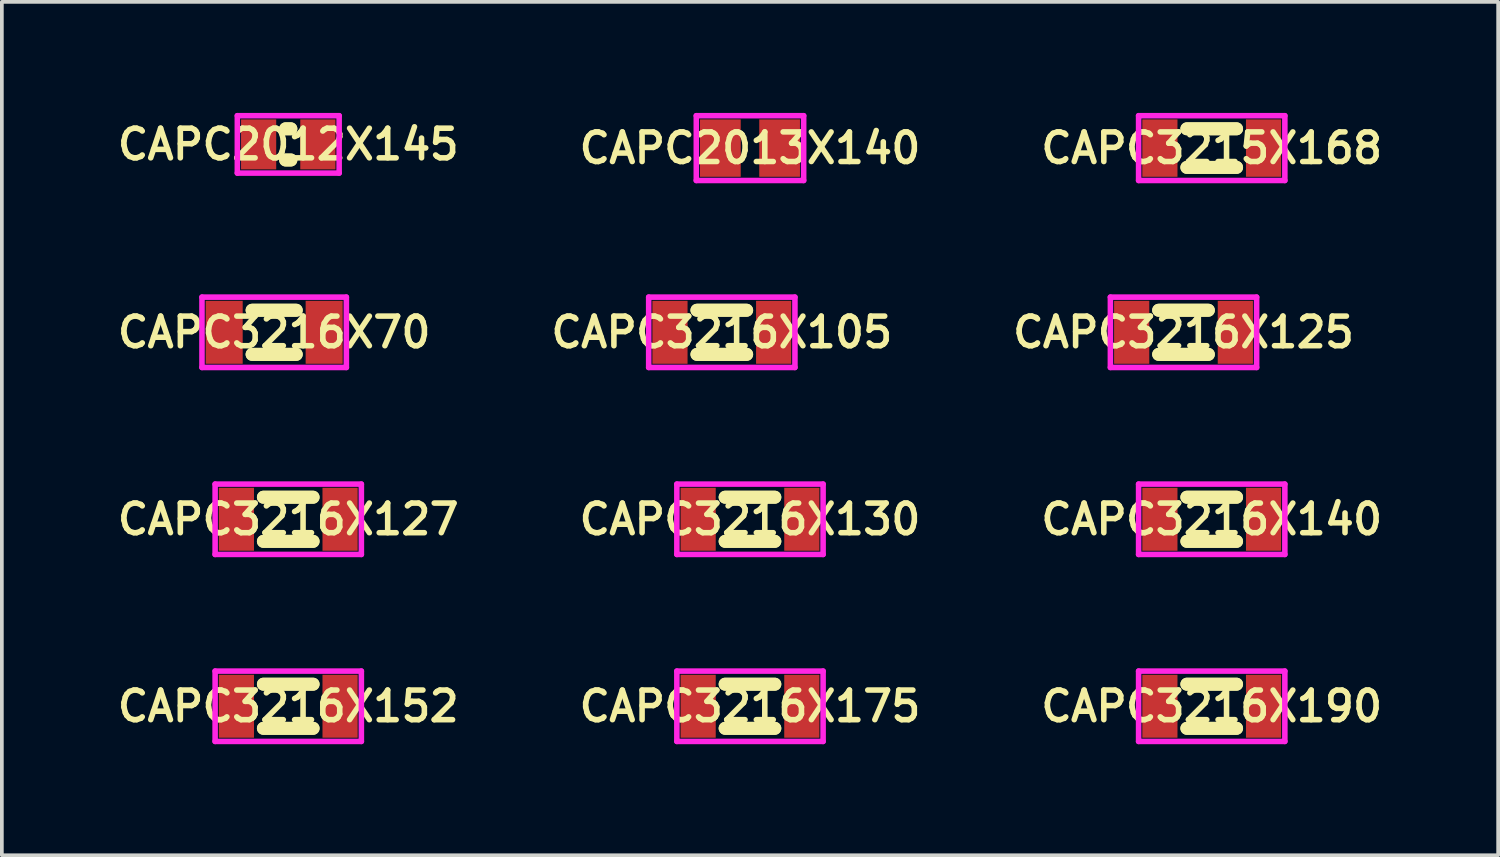
<source format=kicad_pcb>
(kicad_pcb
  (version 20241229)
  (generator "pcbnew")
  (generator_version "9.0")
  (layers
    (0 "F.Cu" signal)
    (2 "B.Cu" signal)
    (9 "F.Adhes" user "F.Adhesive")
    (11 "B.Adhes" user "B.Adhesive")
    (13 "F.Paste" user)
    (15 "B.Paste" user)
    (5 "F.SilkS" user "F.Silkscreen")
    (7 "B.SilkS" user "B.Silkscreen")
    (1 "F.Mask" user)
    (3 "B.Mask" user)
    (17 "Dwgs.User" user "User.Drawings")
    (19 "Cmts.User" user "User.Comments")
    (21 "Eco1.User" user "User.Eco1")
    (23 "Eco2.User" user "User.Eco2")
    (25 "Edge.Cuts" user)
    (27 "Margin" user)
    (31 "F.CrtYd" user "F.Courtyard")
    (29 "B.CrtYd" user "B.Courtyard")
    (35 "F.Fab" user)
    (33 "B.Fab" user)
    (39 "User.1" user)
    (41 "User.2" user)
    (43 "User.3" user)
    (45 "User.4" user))
  (footprint "CAPC3216X127"
    (layer "F.Cu")
    (at 4.735 10.975)
    (property "Reference" "CAPC3216X127" (at 0 0 0) (layer "F.SilkS") (effects (font (size 0.8 0.8) (thickness 0.15))))
    (attr smd)
    (fp_line (start -0.671 -0.596) (end 0.671 -0.596) (stroke (width 0.35) (type solid)) (layer "F.SilkS"))
    (fp_line (start -0.671 0.596) (end 0.671 0.596) (stroke (width 0.35) (type solid)) (layer "F.SilkS"))
    (fp_line (start 0.671 -0.596) (end -0.671 -0.596) (stroke (width 0.35) (type solid)) (layer "F.SilkS"))
    (fp_line (start 0.671 0.596) (end -0.671 0.596) (stroke (width 0.35) (type solid)) (layer "F.SilkS"))
    (fp_line (start -1.975 -0.95) (end 1.975 -0.95) (stroke (width 0.15) (type solid)) (layer "F.CrtYd"))
    (fp_line (start -1.975 0.95) (end -1.975 -0.95) (stroke (width 0.15) (type solid)) (layer "F.CrtYd"))
    (fp_line (start 1.975 -0.95) (end 1.975 0.95) (stroke (width 0.15) (type solid)) (layer "F.CrtYd"))
    (fp_line (start 1.975 0.95) (end -1.975 0.95) (stroke (width 0.15) (type solid)) (layer "F.CrtYd"))
    (pad "1" smd rect (at -1.4 0) (size 0.95 1.7) (layers "F.Cu" "F.Mask" "F.Paste"))
    (pad "2" smd rect (at 1.4 0) (size 0.95 1.7) (layers "F.Cu" "F.Mask" "F.Paste")))
  (footprint "CAPC3215X168"
    (layer "F.Cu")
    (at 29.677 0.95)
    (property "Reference" "CAPC3215X168" (at 0 0 0) (layer "F.SilkS") (effects (font (size 0.8 0.8) (thickness 0.15))))
    (attr smd)
    (fp_line (start -0.671 -0.521) (end 0.671 -0.521) (stroke (width 0.35) (type solid)) (layer "F.SilkS"))
    (fp_line (start -0.671 0.521) (end 0.671 0.521) (stroke (width 0.35) (type solid)) (layer "F.SilkS"))
    (fp_line (start 0.671 -0.521) (end -0.671 -0.521) (stroke (width 0.35) (type solid)) (layer "F.SilkS"))
    (fp_line (start 0.671 0.521) (end -0.671 0.521) (stroke (width 0.35) (type solid)) (layer "F.SilkS"))
    (fp_line (start -1.975 -0.875) (end 1.975 -0.875) (stroke (width 0.15) (type solid)) (layer "F.CrtYd"))
    (fp_line (start -1.975 0.875) (end -1.975 -0.875) (stroke (width 0.15) (type solid)) (layer "F.CrtYd"))
    (fp_line (start 1.975 -0.875) (end 1.975 0.875) (stroke (width 0.15) (type solid)) (layer "F.CrtYd"))
    (fp_line (start 1.975 0.875) (end -1.975 0.875) (stroke (width 0.15) (type solid)) (layer "F.CrtYd"))
    (pad "1" smd rect (at -1.4 0) (size 0.95 1.55) (layers "F.Cu" "F.Mask" "F.Paste"))
    (pad "2" smd rect (at 1.4 0) (size 0.95 1.55) (layers "F.Cu" "F.Mask" "F.Paste")))
  (footprint "CAPC3216X125"
    (layer "F.Cu")
    (at 28.915 5.925)
    (property "Reference" "CAPC3216X125" (at 0 0 0) (layer "F.SilkS") (effects (font (size 0.8 0.8) (thickness 0.15))))
    (attr through_hole)
    (fp_line (start -0.671 -0.596) (end 0.671 -0.596) (stroke (width 0.35) (type solid)) (layer "F.SilkS"))
    (fp_line (start -0.671 0.596) (end 0.671 0.596) (stroke (width 0.35) (type solid)) (layer "F.SilkS"))
    (fp_line (start 0.671 -0.596) (end -0.671 -0.596) (stroke (width 0.35) (type solid)) (layer "F.SilkS"))
    (fp_line (start 0.671 0.596) (end -0.671 0.596) (stroke (width 0.35) (type solid)) (layer "F.SilkS"))
    (fp_line (start -1.975 -0.95) (end 1.975 -0.95) (stroke (width 0.15) (type solid)) (layer "F.CrtYd"))
    (fp_line (start -1.975 0.95) (end -1.975 -0.95) (stroke (width 0.15) (type solid)) (layer "F.CrtYd"))
    (fp_line (start 1.975 -0.95) (end 1.975 0.95) (stroke (width 0.15) (type solid)) (layer "F.CrtYd"))
    (fp_line (start 1.975 0.95) (end -1.975 0.95) (stroke (width 0.15) (type solid)) (layer "F.CrtYd"))
    (pad "1" smd rect (at -1.4 0) (size 0.95 1.7) (layers "F.Cu" "F.Mask" "F.Paste"))
    (pad "2" smd rect (at 1.4 0) (size 0.95 1.7) (layers "F.Cu" "F.Mask" "F.Paste")))
  (footprint "CAPC3216X175"
    (layer "F.Cu")
    (at 17.206 16.025)
    (property "Reference" "CAPC3216X175" (at 0 0 0) (layer "F.SilkS") (effects (font (size 0.8 0.8) (thickness 0.15))))
    (attr through_hole)
    (fp_line (start -0.671 -0.596) (end 0.671 -0.596) (stroke (width 0.35) (type solid)) (layer "F.SilkS"))
    (fp_line (start -0.671 0.596) (end 0.671 0.596) (stroke (width 0.35) (type solid)) (layer "F.SilkS"))
    (fp_line (start 0.671 -0.596) (end -0.671 -0.596) (stroke (width 0.35) (type solid)) (layer "F.SilkS"))
    (fp_line (start 0.671 0.596) (end -0.671 0.596) (stroke (width 0.35) (type solid)) (layer "F.SilkS"))
    (fp_line (start -1.975 -0.95) (end 1.975 -0.95) (stroke (width 0.15) (type solid)) (layer "F.CrtYd"))
    (fp_line (start -1.975 0.95) (end -1.975 -0.95) (stroke (width 0.15) (type solid)) (layer "F.CrtYd"))
    (fp_line (start 1.975 -0.95) (end 1.975 0.95) (stroke (width 0.15) (type solid)) (layer "F.CrtYd"))
    (fp_line (start 1.975 0.95) (end -1.975 0.95) (stroke (width 0.15) (type solid)) (layer "F.CrtYd"))
    (pad "1" smd rect (at -1.4 0) (size 0.95 1.7) (layers "F.Cu" "F.Mask" "F.Paste"))
    (pad "2" smd rect (at 1.4 0) (size 0.95 1.7) (layers "F.Cu" "F.Mask" "F.Paste")))
  (footprint "CAPC3216X105"
    (layer "F.Cu")
    (at 16.445 5.925)
    (property "Reference" "CAPC3216X105" (at 0 0 0) (layer "F.SilkS") (effects (font (size 0.8 0.8) (thickness 0.15))))
    (attr through_hole)
    (fp_line (start -0.671 -0.596) (end 0.671 -0.596) (stroke (width 0.35) (type solid)) (layer "F.SilkS"))
    (fp_line (start -0.671 0.596) (end 0.671 0.596) (stroke (width 0.35) (type solid)) (layer "F.SilkS"))
    (fp_line (start 0.671 -0.596) (end -0.671 -0.596) (stroke (width 0.35) (type solid)) (layer "F.SilkS"))
    (fp_line (start 0.671 0.596) (end -0.671 0.596) (stroke (width 0.35) (type solid)) (layer "F.SilkS"))
    (fp_line (start -1.975 -0.95) (end 1.975 -0.95) (stroke (width 0.15) (type solid)) (layer "F.CrtYd"))
    (fp_line (start -1.975 0.95) (end -1.975 -0.95) (stroke (width 0.15) (type solid)) (layer "F.CrtYd"))
    (fp_line (start 1.975 -0.95) (end 1.975 0.95) (stroke (width 0.15) (type solid)) (layer "F.CrtYd"))
    (fp_line (start 1.975 0.95) (end -1.975 0.95) (stroke (width 0.15) (type solid)) (layer "F.CrtYd"))
    (pad "1" smd rect (at -1.4 0) (size 0.95 1.7) (layers "F.Cu" "F.Mask" "F.Paste"))
    (pad "2" smd rect (at 1.4 0) (size 0.95 1.7) (layers "F.Cu" "F.Mask" "F.Paste")))
  (footprint "CAPC3216X152"
    (layer "F.Cu")
    (at 4.735 16.025)
    (property "Reference" "CAPC3216X152" (at 0 0 0) (layer "F.SilkS") (effects (font (size 0.8 0.8) (thickness 0.15))))
    (attr smd)
    (fp_line (start -0.671 -0.596) (end 0.671 -0.596) (stroke (width 0.35) (type solid)) (layer "F.SilkS"))
    (fp_line (start -0.671 0.596) (end 0.671 0.596) (stroke (width 0.35) (type solid)) (layer "F.SilkS"))
    (fp_line (start 0.671 -0.596) (end -0.671 -0.596) (stroke (width 0.35) (type solid)) (layer "F.SilkS"))
    (fp_line (start 0.671 0.596) (end -0.671 0.596) (stroke (width 0.35) (type solid)) (layer "F.SilkS"))
    (fp_line (start -1.975 -0.95) (end 1.975 -0.95) (stroke (width 0.15) (type solid)) (layer "F.CrtYd"))
    (fp_line (start -1.975 0.95) (end -1.975 -0.95) (stroke (width 0.15) (type solid)) (layer "F.CrtYd"))
    (fp_line (start 1.975 -0.95) (end 1.975 0.95) (stroke (width 0.15) (type solid)) (layer "F.CrtYd"))
    (fp_line (start 1.975 0.95) (end -1.975 0.95) (stroke (width 0.15) (type solid)) (layer "F.CrtYd"))
    (pad "1" smd rect (at -1.4 0) (size 0.95 1.7) (layers "F.Cu" "F.Mask" "F.Paste"))
    (pad "2" smd rect (at 1.4 0) (size 0.95 1.7) (layers "F.Cu" "F.Mask" "F.Paste")))
  (footprint "CAPC3216X70"
    (layer "F.Cu")
    (at 4.355 5.925)
    (property "Reference" "CAPC3216X70" (at 0 0 0) (layer "F.SilkS") (effects (font (size 0.8 0.8) (thickness 0.15))))
    (attr smd)
    (fp_line (start -0.596 -0.596) (end 0.596 -0.596) (stroke (width 0.35) (type solid)) (layer "F.SilkS"))
    (fp_line (start -0.596 0.596) (end 0.596 0.596) (stroke (width 0.35) (type solid)) (layer "F.SilkS"))
    (fp_line (start 0.596 -0.596) (end -0.596 -0.596) (stroke (width 0.35) (type solid)) (layer "F.SilkS"))
    (fp_line (start 0.596 0.596) (end -0.596 0.596) (stroke (width 0.35) (type solid)) (layer "F.SilkS"))
    (fp_line (start -1.95 -0.95) (end 1.95 -0.95) (stroke (width 0.15) (type solid)) (layer "F.CrtYd"))
    (fp_line (start -1.95 0.95) (end -1.95 -0.95) (stroke (width 0.15) (type solid)) (layer "F.CrtYd"))
    (fp_line (start 1.95 -0.95) (end 1.95 0.95) (stroke (width 0.15) (type solid)) (layer "F.CrtYd"))
    (fp_line (start 1.95 0.95) (end -1.95 0.95) (stroke (width 0.15) (type solid)) (layer "F.CrtYd"))
    (pad "1" smd rect (at -1.35 0) (size 1 1.7) (layers "F.Cu" "F.Mask" "F.Paste"))
    (pad "2" smd rect (at 1.35 0) (size 1 1.7) (layers "F.Cu" "F.Mask" "F.Paste")))
  (footprint "CAPC2013X140"
    (layer "F.Cu")
    (at 17.206 0.95)
    (property "Reference" "CAPC2013X140" (at 0 0 0) (layer "F.SilkS") (effects (font (size 0.8 0.8) (thickness 0.15))))
    (attr through_hole)
    (fp_line (start -1.45 -0.875) (end 1.45 -0.875) (stroke (width 0.15) (type solid)) (layer "F.CrtYd"))
    (fp_line (start -1.45 0.875) (end -1.45 -0.875) (stroke (width 0.15) (type solid)) (layer "F.CrtYd"))
    (fp_line (start 1.45 -0.875) (end 1.45 0.875) (stroke (width 0.15) (type solid)) (layer "F.CrtYd"))
    (fp_line (start 1.45 0.875) (end -1.45 0.875) (stroke (width 0.15) (type solid)) (layer "F.CrtYd"))
    (pad "1" smd rect (at -0.8 0) (size 1.1 1.55) (layers "F.Cu" "F.Mask" "F.Paste"))
    (pad "2" smd rect (at 0.8 0) (size 1.1 1.55) (layers "F.Cu" "F.Mask" "F.Paste")))
  (footprint "CAPC3216X130"
    (layer "F.Cu")
    (at 17.206 10.975)
    (property "Reference" "CAPC3216X130" (at 0 0 0) (layer "F.SilkS") (effects (font (size 0.8 0.8) (thickness 0.15))))
    (attr smd)
    (fp_line (start -0.671 -0.596) (end 0.671 -0.596) (stroke (width 0.35) (type solid)) (layer "F.SilkS"))
    (fp_line (start -0.671 0.596) (end 0.671 0.596) (stroke (width 0.35) (type solid)) (layer "F.SilkS"))
    (fp_line (start 0.671 -0.596) (end -0.671 -0.596) (stroke (width 0.35) (type solid)) (layer "F.SilkS"))
    (fp_line (start 0.671 0.596) (end -0.671 0.596) (stroke (width 0.35) (type solid)) (layer "F.SilkS"))
    (fp_line (start -1.975 -0.95) (end 1.975 -0.95) (stroke (width 0.15) (type solid)) (layer "F.CrtYd"))
    (fp_line (start -1.975 0.95) (end -1.975 -0.95) (stroke (width 0.15) (type solid)) (layer "F.CrtYd"))
    (fp_line (start 1.975 -0.95) (end 1.975 0.95) (stroke (width 0.15) (type solid)) (layer "F.CrtYd"))
    (fp_line (start 1.975 0.95) (end -1.975 0.95) (stroke (width 0.15) (type solid)) (layer "F.CrtYd"))
    (pad "1" smd rect (at -1.4 0) (size 0.95 1.7) (layers "F.Cu" "F.Mask" "F.Paste"))
    (pad "2" smd rect (at 1.4 0) (size 0.95 1.7) (layers "F.Cu" "F.Mask" "F.Paste")))
  (footprint "CAPC3216X190"
    (layer "F.Cu")
    (at 29.677 16.025)
    (property "Reference" "CAPC3216X190" (at 0 0 0) (layer "F.SilkS") (effects (font (size 0.8 0.8) (thickness 0.15))))
    (attr through_hole)
    (fp_line (start -0.671 -0.596) (end 0.671 -0.596) (stroke (width 0.35) (type solid)) (layer "F.SilkS"))
    (fp_line (start -0.671 0.596) (end 0.671 0.596) (stroke (width 0.35) (type solid)) (layer "F.SilkS"))
    (fp_line (start 0.671 -0.596) (end -0.671 -0.596) (stroke (width 0.35) (type solid)) (layer "F.SilkS"))
    (fp_line (start 0.671 0.596) (end -0.671 0.596) (stroke (width 0.35) (type solid)) (layer "F.SilkS"))
    (fp_line (start -1.975 -0.95) (end 1.975 -0.95) (stroke (width 0.15) (type solid)) (layer "F.CrtYd"))
    (fp_line (start -1.975 0.95) (end -1.975 -0.95) (stroke (width 0.15) (type solid)) (layer "F.CrtYd"))
    (fp_line (start 1.975 -0.95) (end 1.975 0.95) (stroke (width 0.15) (type solid)) (layer "F.CrtYd"))
    (fp_line (start 1.975 0.95) (end -1.975 0.95) (stroke (width 0.15) (type solid)) (layer "F.CrtYd"))
    (pad "1" smd rect (at -1.4 0) (size 0.95 1.7) (layers "F.Cu" "F.Mask" "F.Paste"))
    (pad "2" smd rect (at 1.4 0) (size 0.95 1.7) (layers "F.Cu" "F.Mask" "F.Paste")))
  (footprint "CAPC3216X140"
    (layer "F.Cu")
    (at 29.677 10.975)
    (property "Reference" "CAPC3216X140" (at 0 0 0) (layer "F.SilkS") (effects (font (size 0.8 0.8) (thickness 0.15))))
    (attr smd)
    (fp_line (start -0.671 -0.596) (end 0.671 -0.596) (stroke (width 0.35) (type solid)) (layer "F.SilkS"))
    (fp_line (start -0.671 0.596) (end 0.671 0.596) (stroke (width 0.35) (type solid)) (layer "F.SilkS"))
    (fp_line (start 0.671 -0.596) (end -0.671 -0.596) (stroke (width 0.35) (type solid)) (layer "F.SilkS"))
    (fp_line (start 0.671 0.596) (end -0.671 0.596) (stroke (width 0.35) (type solid)) (layer "F.SilkS"))
    (fp_line (start -1.975 -0.95) (end 1.975 -0.95) (stroke (width 0.15) (type solid)) (layer "F.CrtYd"))
    (fp_line (start -1.975 0.95) (end -1.975 -0.95) (stroke (width 0.15) (type solid)) (layer "F.CrtYd"))
    (fp_line (start 1.975 -0.95) (end 1.975 0.95) (stroke (width 0.15) (type solid)) (layer "F.CrtYd"))
    (fp_line (start 1.975 0.95) (end -1.975 0.95) (stroke (width 0.15) (type solid)) (layer "F.CrtYd"))
    (pad "1" smd rect (at -1.4 0) (size 0.95 1.7) (layers "F.Cu" "F.Mask" "F.Paste"))
    (pad "2" smd rect (at 1.4 0) (size 0.95 1.7) (layers "F.Cu" "F.Mask" "F.Paste")))
  (footprint "CAPC2012X145"
    (layer "F.Cu")
    (at 4.735 0.85)
    (property "Reference" "CAPC2012X145" (at 0 0 0) (layer "F.SilkS") (effects (font (size 0.8 0.8) (thickness 0.15))))
    (attr smd)
    (fp_line (start -0.071 -0.421) (end 0.071 -0.421) (stroke (width 0.35) (type solid)) (layer "F.SilkS"))
    (fp_line (start -0.071 0.421) (end 0.071 0.421) (stroke (width 0.35) (type solid)) (layer "F.SilkS"))
    (fp_line (start 0.071 -0.421) (end -0.071 -0.421) (stroke (width 0.35) (type solid)) (layer "F.SilkS"))
    (fp_line (start 0.071 0.421) (end -0.071 0.421) (stroke (width 0.35) (type solid)) (layer "F.SilkS"))
    (fp_line (start -1.375 -0.775) (end 1.375 -0.775) (stroke (width 0.15) (type solid)) (layer "F.CrtYd"))
    (fp_line (start -1.375 0.775) (end -1.375 -0.775) (stroke (width 0.15) (type solid)) (layer "F.CrtYd"))
    (fp_line (start 1.375 -0.775) (end 1.375 0.775) (stroke (width 0.15) (type solid)) (layer "F.CrtYd"))
    (fp_line (start 1.375 0.775) (end -1.375 0.775) (stroke (width 0.15) (type solid)) (layer "F.CrtYd"))
    (pad "1" smd rect (at -0.8 0) (size 0.95 1.35) (layers "F.Cu" "F.Mask" "F.Paste"))
    (pad "2" smd rect (at 0.8 0) (size 0.95 1.35) (layers "F.Cu" "F.Mask" "F.Paste")))
  (gr_rect
    (start -3 -3)
    (end 37.413 20.05)
    (stroke (width 0.1) (type default))
    (fill no)
    (layer "Edge.Cuts")))
</source>
